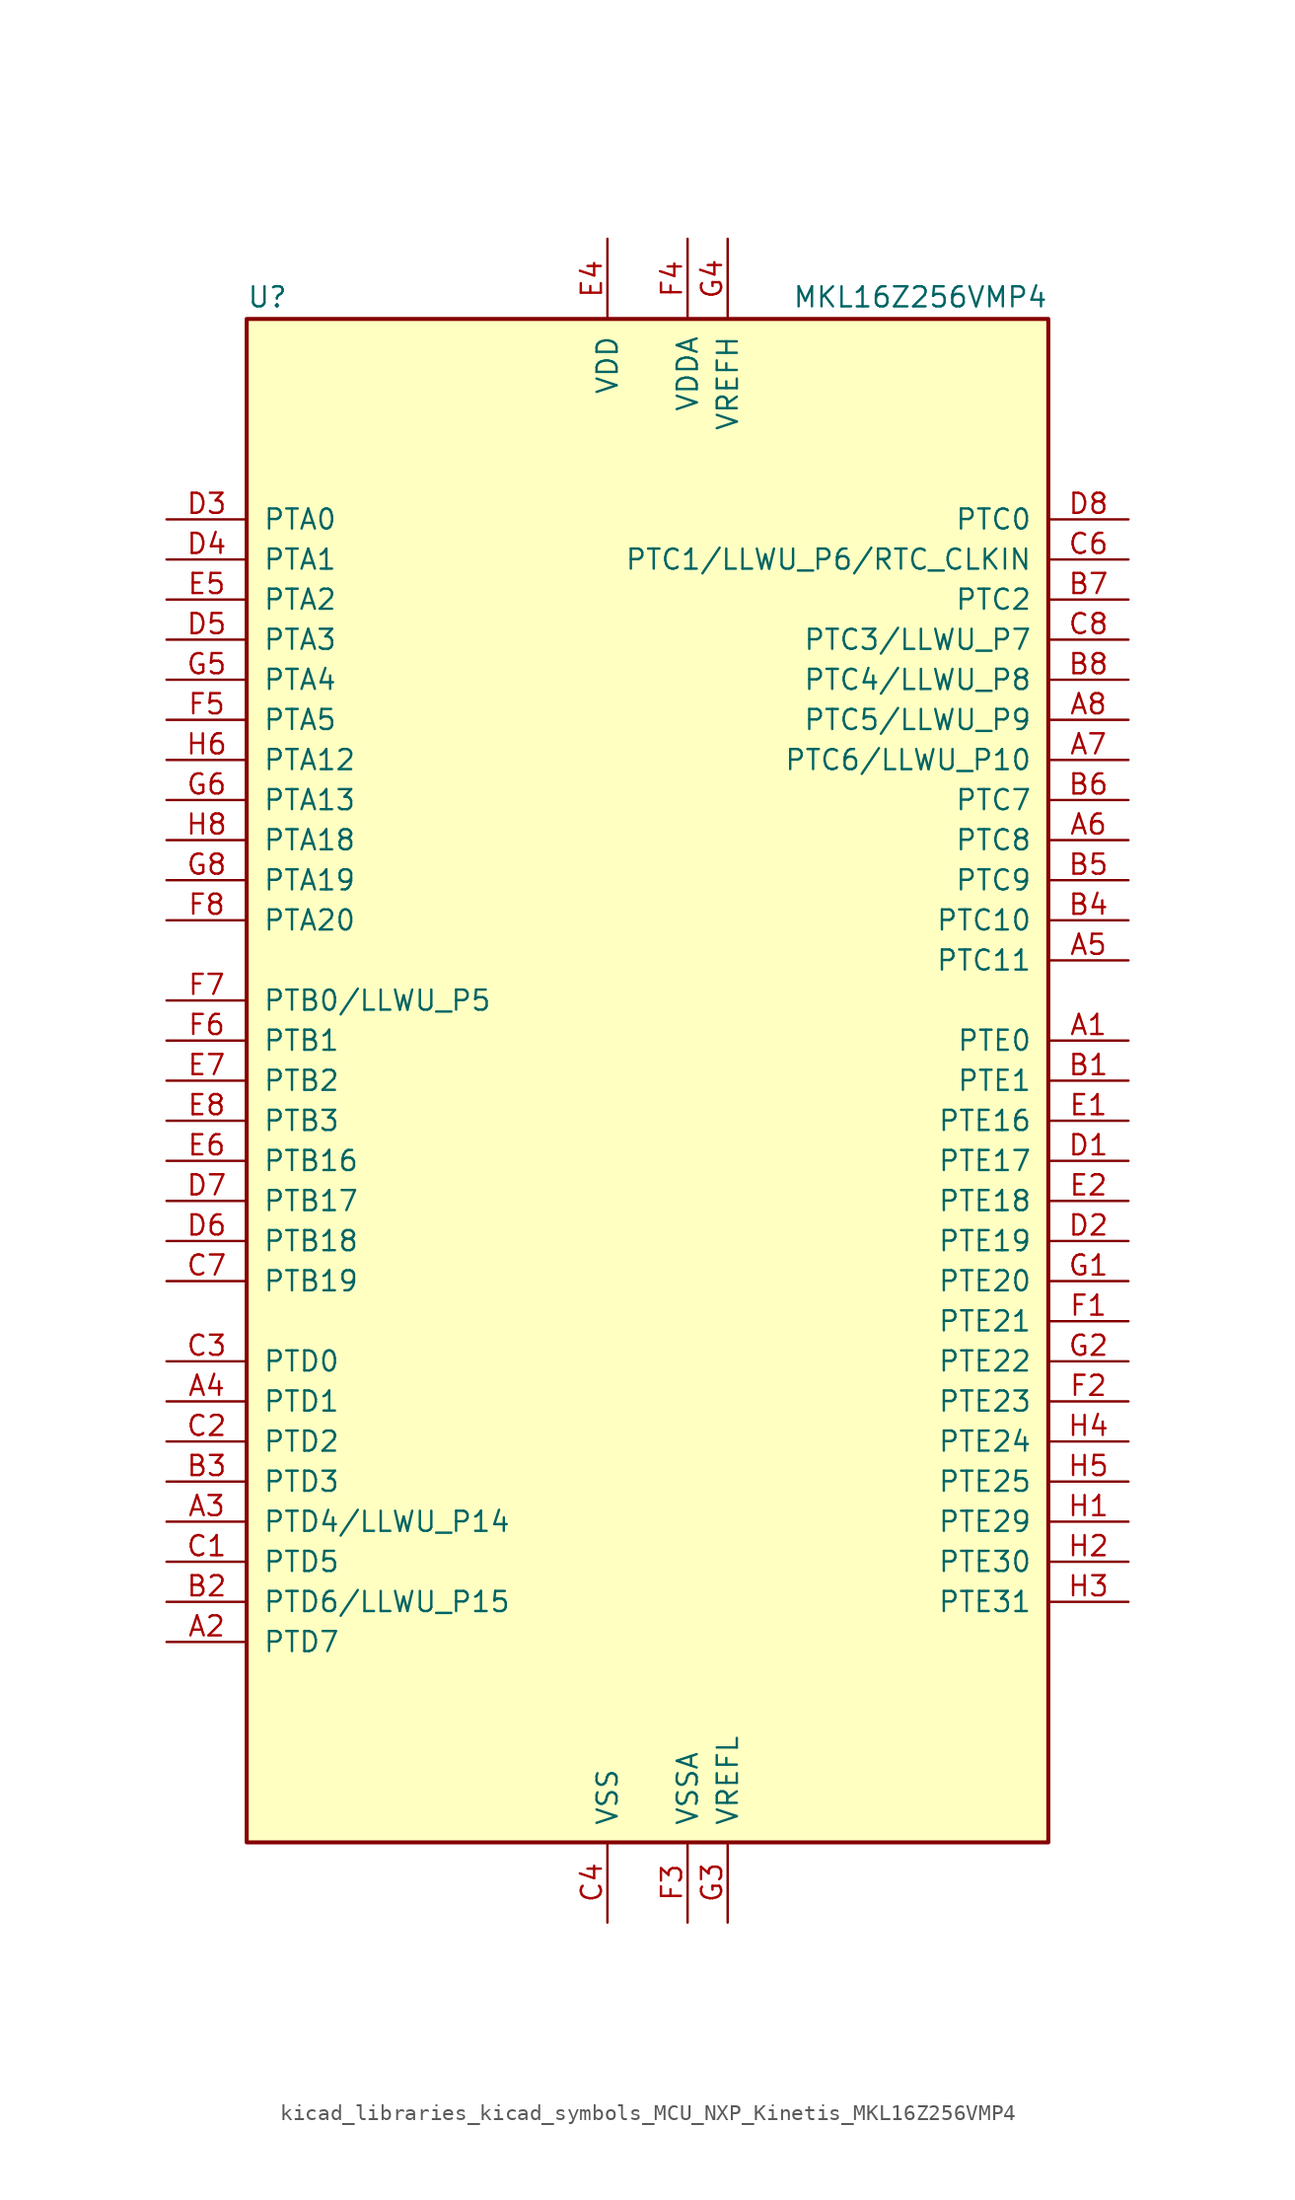
<source format=kicad_sym>
(kicad_symbol_lib
  (version 20220914)
  (generator kicad_symbol_editor)
  (symbol "kicad_libraries_kicad_symbols_MCU_NXP_Kinetis_MKL16Z256VMP4"
    (pin_names
      (offset 1.016))
    (property "Reference" "U"
      (at -25.4 48.895 0)
      (effects (font (size 1.27 1.27)) (justify left bottom)))
    (property "Value" "MKL16Z256VMP4"
      (at 25.4 48.895 0)
      (effects (font (size 1.27 1.27)) (justify right bottom)))
    (symbol "kicad_libraries_kicad_symbols_MCU_NXP_Kinetis_MKL16Z256VMP4_0_1"
      (rectangle (start -25.4 48.26) (end 25.4 -48.26) (stroke (width 0.254) (type default)) (fill (type background))))
    (symbol "kicad_libraries_kicad_symbols_MCU_NXP_Kinetis_MKL16Z256VMP4_1_1"
      (pin bidirectional line (at 30.48 2.54 180) (length 5.08) (name "PTE0" (effects (font (size 1.27 1.27)))) (number "A1" (effects (font (size 1.27 1.27)))))
      (pin bidirectional line (at -30.48 -35.56 0) (length 5.08) (name "PTD7" (effects (font (size 1.27 1.27)))) (number "A2" (effects (font (size 1.27 1.27)))))
      (pin bidirectional line (at -30.48 -27.94 0) (length 5.08) (name "PTD4/LLWU_P14" (effects (font (size 1.27 1.27)))) (number "A3" (effects (font (size 1.27 1.27)))))
      (pin bidirectional line (at -30.48 -20.32 0) (length 5.08) (name "PTD1" (effects (font (size 1.27 1.27)))) (number "A4" (effects (font (size 1.27 1.27)))))
      (pin bidirectional line (at 30.48 7.62 180) (length 5.08) (name "PTC11" (effects (font (size 1.27 1.27)))) (number "A5" (effects (font (size 1.27 1.27)))))
      (pin bidirectional line (at 30.48 15.24 180) (length 5.08) (name "PTC8" (effects (font (size 1.27 1.27)))) (number "A6" (effects (font (size 1.27 1.27)))))
      (pin bidirectional line (at 30.48 20.32 180) (length 5.08) (name "PTC6/LLWU_P10" (effects (font (size 1.27 1.27)))) (number "A7" (effects (font (size 1.27 1.27)))))
      (pin bidirectional line (at 30.48 22.86 180) (length 5.08) (name "PTC5/LLWU_P9" (effects (font (size 1.27 1.27)))) (number "A8" (effects (font (size 1.27 1.27)))))
      (pin bidirectional line (at 30.48 0 180) (length 5.08) (name "PTE1" (effects (font (size 1.27 1.27)))) (number "B1" (effects (font (size 1.27 1.27)))))
      (pin bidirectional line (at -30.48 -33.02 0) (length 5.08) (name "PTD6/LLWU_P15" (effects (font (size 1.27 1.27)))) (number "B2" (effects (font (size 1.27 1.27)))))
      (pin bidirectional line (at -30.48 -25.4 0) (length 5.08) (name "PTD3" (effects (font (size 1.27 1.27)))) (number "B3" (effects (font (size 1.27 1.27)))))
      (pin bidirectional line (at 30.48 10.16 180) (length 5.08) (name "PTC10" (effects (font (size 1.27 1.27)))) (number "B4" (effects (font (size 1.27 1.27)))))
      (pin bidirectional line (at 30.48 12.7 180) (length 5.08) (name "PTC9" (effects (font (size 1.27 1.27)))) (number "B5" (effects (font (size 1.27 1.27)))))
      (pin bidirectional line (at 30.48 17.78 180) (length 5.08) (name "PTC7" (effects (font (size 1.27 1.27)))) (number "B6" (effects (font (size 1.27 1.27)))))
      (pin bidirectional line (at 30.48 30.48 180) (length 5.08) (name "PTC2" (effects (font (size 1.27 1.27)))) (number "B7" (effects (font (size 1.27 1.27)))))
      (pin bidirectional line (at 30.48 25.4 180) (length 5.08) (name "PTC4/LLWU_P8" (effects (font (size 1.27 1.27)))) (number "B8" (effects (font (size 1.27 1.27)))))
      (pin bidirectional line (at -30.48 -30.48 0) (length 5.08) (name "PTD5" (effects (font (size 1.27 1.27)))) (number "C1" (effects (font (size 1.27 1.27)))))
      (pin bidirectional line (at -30.48 -22.86 0) (length 5.08) (name "PTD2" (effects (font (size 1.27 1.27)))) (number "C2" (effects (font (size 1.27 1.27)))))
      (pin bidirectional line (at -30.48 -17.78 0) (length 5.08) (name "PTD0" (effects (font (size 1.27 1.27)))) (number "C3" (effects (font (size 1.27 1.27)))))
      (pin power_in line (at -2.54 -53.34 90) (length 5.08) (name "VSS" (effects (font (size 1.27 1.27)))) (number "C4" (effects (font (size 1.27 1.27)))))
      (pin no_connect line (at -15.24 -48.26 90) (length 5.08) hide (name "NC" (effects (font (size 1.27 1.27)))) (number "C5" (effects (font (size 1.27 1.27)))))
      (pin bidirectional line (at 30.48 33.02 180) (length 5.08) (name "PTC1/LLWU_P6/RTC_CLKIN" (effects (font (size 1.27 1.27)))) (number "C6" (effects (font (size 1.27 1.27)))))
      (pin bidirectional line (at -30.48 -12.7 0) (length 5.08) (name "PTB19" (effects (font (size 1.27 1.27)))) (number "C7" (effects (font (size 1.27 1.27)))))
      (pin bidirectional line (at 30.48 27.94 180) (length 5.08) (name "PTC3/LLWU_P7" (effects (font (size 1.27 1.27)))) (number "C8" (effects (font (size 1.27 1.27)))))
      (pin bidirectional line (at 30.48 -5.08 180) (length 5.08) (name "PTE17" (effects (font (size 1.27 1.27)))) (number "D1" (effects (font (size 1.27 1.27)))))
      (pin bidirectional line (at 30.48 -10.16 180) (length 5.08) (name "PTE19" (effects (font (size 1.27 1.27)))) (number "D2" (effects (font (size 1.27 1.27)))))
      (pin bidirectional line (at -30.48 35.56 0) (length 5.08) (name "PTA0" (effects (font (size 1.27 1.27)))) (number "D3" (effects (font (size 1.27 1.27)))))
      (pin bidirectional line (at -30.48 33.02 0) (length 5.08) (name "PTA1" (effects (font (size 1.27 1.27)))) (number "D4" (effects (font (size 1.27 1.27)))))
      (pin bidirectional line (at -30.48 27.94 0) (length 5.08) (name "PTA3" (effects (font (size 1.27 1.27)))) (number "D5" (effects (font (size 1.27 1.27)))))
      (pin bidirectional line (at -30.48 -10.16 0) (length 5.08) (name "PTB18" (effects (font (size 1.27 1.27)))) (number "D6" (effects (font (size 1.27 1.27)))))
      (pin bidirectional line (at -30.48 -7.62 0) (length 5.08) (name "PTB17" (effects (font (size 1.27 1.27)))) (number "D7" (effects (font (size 1.27 1.27)))))
      (pin bidirectional line (at 30.48 35.56 180) (length 5.08) (name "PTC0" (effects (font (size 1.27 1.27)))) (number "D8" (effects (font (size 1.27 1.27)))))
      (pin bidirectional line (at 30.48 -2.54 180) (length 5.08) (name "PTE16" (effects (font (size 1.27 1.27)))) (number "E1" (effects (font (size 1.27 1.27)))))
      (pin bidirectional line (at 30.48 -7.62 180) (length 5.08) (name "PTE18" (effects (font (size 1.27 1.27)))) (number "E2" (effects (font (size 1.27 1.27)))))
      (pin passive line (at -2.54 -53.34 90) (length 5.08) hide (name "VSS" (effects (font (size 1.27 1.27)))) (number "E3" (effects (font (size 1.27 1.27)))))
      (pin power_in line (at -2.54 53.34 270) (length 5.08) (name "VDD" (effects (font (size 1.27 1.27)))) (number "E4" (effects (font (size 1.27 1.27)))))
      (pin bidirectional line (at -30.48 30.48 0) (length 5.08) (name "PTA2" (effects (font (size 1.27 1.27)))) (number "E5" (effects (font (size 1.27 1.27)))))
      (pin bidirectional line (at -30.48 -5.08 0) (length 5.08) (name "PTB16" (effects (font (size 1.27 1.27)))) (number "E6" (effects (font (size 1.27 1.27)))))
      (pin bidirectional line (at -30.48 0 0) (length 5.08) (name "PTB2" (effects (font (size 1.27 1.27)))) (number "E7" (effects (font (size 1.27 1.27)))))
      (pin bidirectional line (at -30.48 -2.54 0) (length 5.08) (name "PTB3" (effects (font (size 1.27 1.27)))) (number "E8" (effects (font (size 1.27 1.27)))))
      (pin bidirectional line (at 30.48 -15.24 180) (length 5.08) (name "PTE21" (effects (font (size 1.27 1.27)))) (number "F1" (effects (font (size 1.27 1.27)))))
      (pin bidirectional line (at 30.48 -20.32 180) (length 5.08) (name "PTE23" (effects (font (size 1.27 1.27)))) (number "F2" (effects (font (size 1.27 1.27)))))
      (pin power_in line (at 2.54 -53.34 90) (length 5.08) (name "VSSA" (effects (font (size 1.27 1.27)))) (number "F3" (effects (font (size 1.27 1.27)))))
      (pin power_in line (at 2.54 53.34 270) (length 5.08) (name "VDDA" (effects (font (size 1.27 1.27)))) (number "F4" (effects (font (size 1.27 1.27)))))
      (pin bidirectional line (at -30.48 22.86 0) (length 5.08) (name "PTA5" (effects (font (size 1.27 1.27)))) (number "F5" (effects (font (size 1.27 1.27)))))
      (pin bidirectional line (at -30.48 2.54 0) (length 5.08) (name "PTB1" (effects (font (size 1.27 1.27)))) (number "F6" (effects (font (size 1.27 1.27)))))
      (pin bidirectional line (at -30.48 5.08 0) (length 5.08) (name "PTB0/LLWU_P5" (effects (font (size 1.27 1.27)))) (number "F7" (effects (font (size 1.27 1.27)))))
      (pin bidirectional line (at -30.48 10.16 0) (length 5.08) (name "PTA20" (effects (font (size 1.27 1.27)))) (number "F8" (effects (font (size 1.27 1.27)))))
      (pin bidirectional line (at 30.48 -12.7 180) (length 5.08) (name "PTE20" (effects (font (size 1.27 1.27)))) (number "G1" (effects (font (size 1.27 1.27)))))
      (pin bidirectional line (at 30.48 -17.78 180) (length 5.08) (name "PTE22" (effects (font (size 1.27 1.27)))) (number "G2" (effects (font (size 1.27 1.27)))))
      (pin power_in line (at 5.08 -53.34 90) (length 5.08) (name "VREFL" (effects (font (size 1.27 1.27)))) (number "G3" (effects (font (size 1.27 1.27)))))
      (pin power_in line (at 5.08 53.34 270) (length 5.08) (name "VREFH" (effects (font (size 1.27 1.27)))) (number "G4" (effects (font (size 1.27 1.27)))))
      (pin bidirectional line (at -30.48 25.4 0) (length 5.08) (name "PTA4" (effects (font (size 1.27 1.27)))) (number "G5" (effects (font (size 1.27 1.27)))))
      (pin bidirectional line (at -30.48 17.78 0) (length 5.08) (name "PTA13" (effects (font (size 1.27 1.27)))) (number "G6" (effects (font (size 1.27 1.27)))))
      (pin passive line (at -2.54 53.34 270) (length 5.08) hide (name "VDD" (effects (font (size 1.27 1.27)))) (number "G7" (effects (font (size 1.27 1.27)))))
      (pin bidirectional line (at -30.48 12.7 0) (length 5.08) (name "PTA19" (effects (font (size 1.27 1.27)))) (number "G8" (effects (font (size 1.27 1.27)))))
      (pin bidirectional line (at 30.48 -27.94 180) (length 5.08) (name "PTE29" (effects (font (size 1.27 1.27)))) (number "H1" (effects (font (size 1.27 1.27)))))
      (pin bidirectional line (at 30.48 -30.48 180) (length 5.08) (name "PTE30" (effects (font (size 1.27 1.27)))) (number "H2" (effects (font (size 1.27 1.27)))))
      (pin bidirectional line (at 30.48 -33.02 180) (length 5.08) (name "PTE31" (effects (font (size 1.27 1.27)))) (number "H3" (effects (font (size 1.27 1.27)))))
      (pin bidirectional line (at 30.48 -22.86 180) (length 5.08) (name "PTE24" (effects (font (size 1.27 1.27)))) (number "H4" (effects (font (size 1.27 1.27)))))
      (pin bidirectional line (at 30.48 -25.4 180) (length 5.08) (name "PTE25" (effects (font (size 1.27 1.27)))) (number "H5" (effects (font (size 1.27 1.27)))))
      (pin bidirectional line (at -30.48 20.32 0) (length 5.08) (name "PTA12" (effects (font (size 1.27 1.27)))) (number "H6" (effects (font (size 1.27 1.27)))))
      (pin passive line (at -2.54 -53.34 90) (length 5.08) hide (name "VSS" (effects (font (size 1.27 1.27)))) (number "H7" (effects (font (size 1.27 1.27)))))
      (pin bidirectional line (at -30.48 15.24 0) (length 5.08) (name "PTA18" (effects (font (size 1.27 1.27)))) (number "H8" (effects (font (size 1.27 1.27))))))))
</source>
